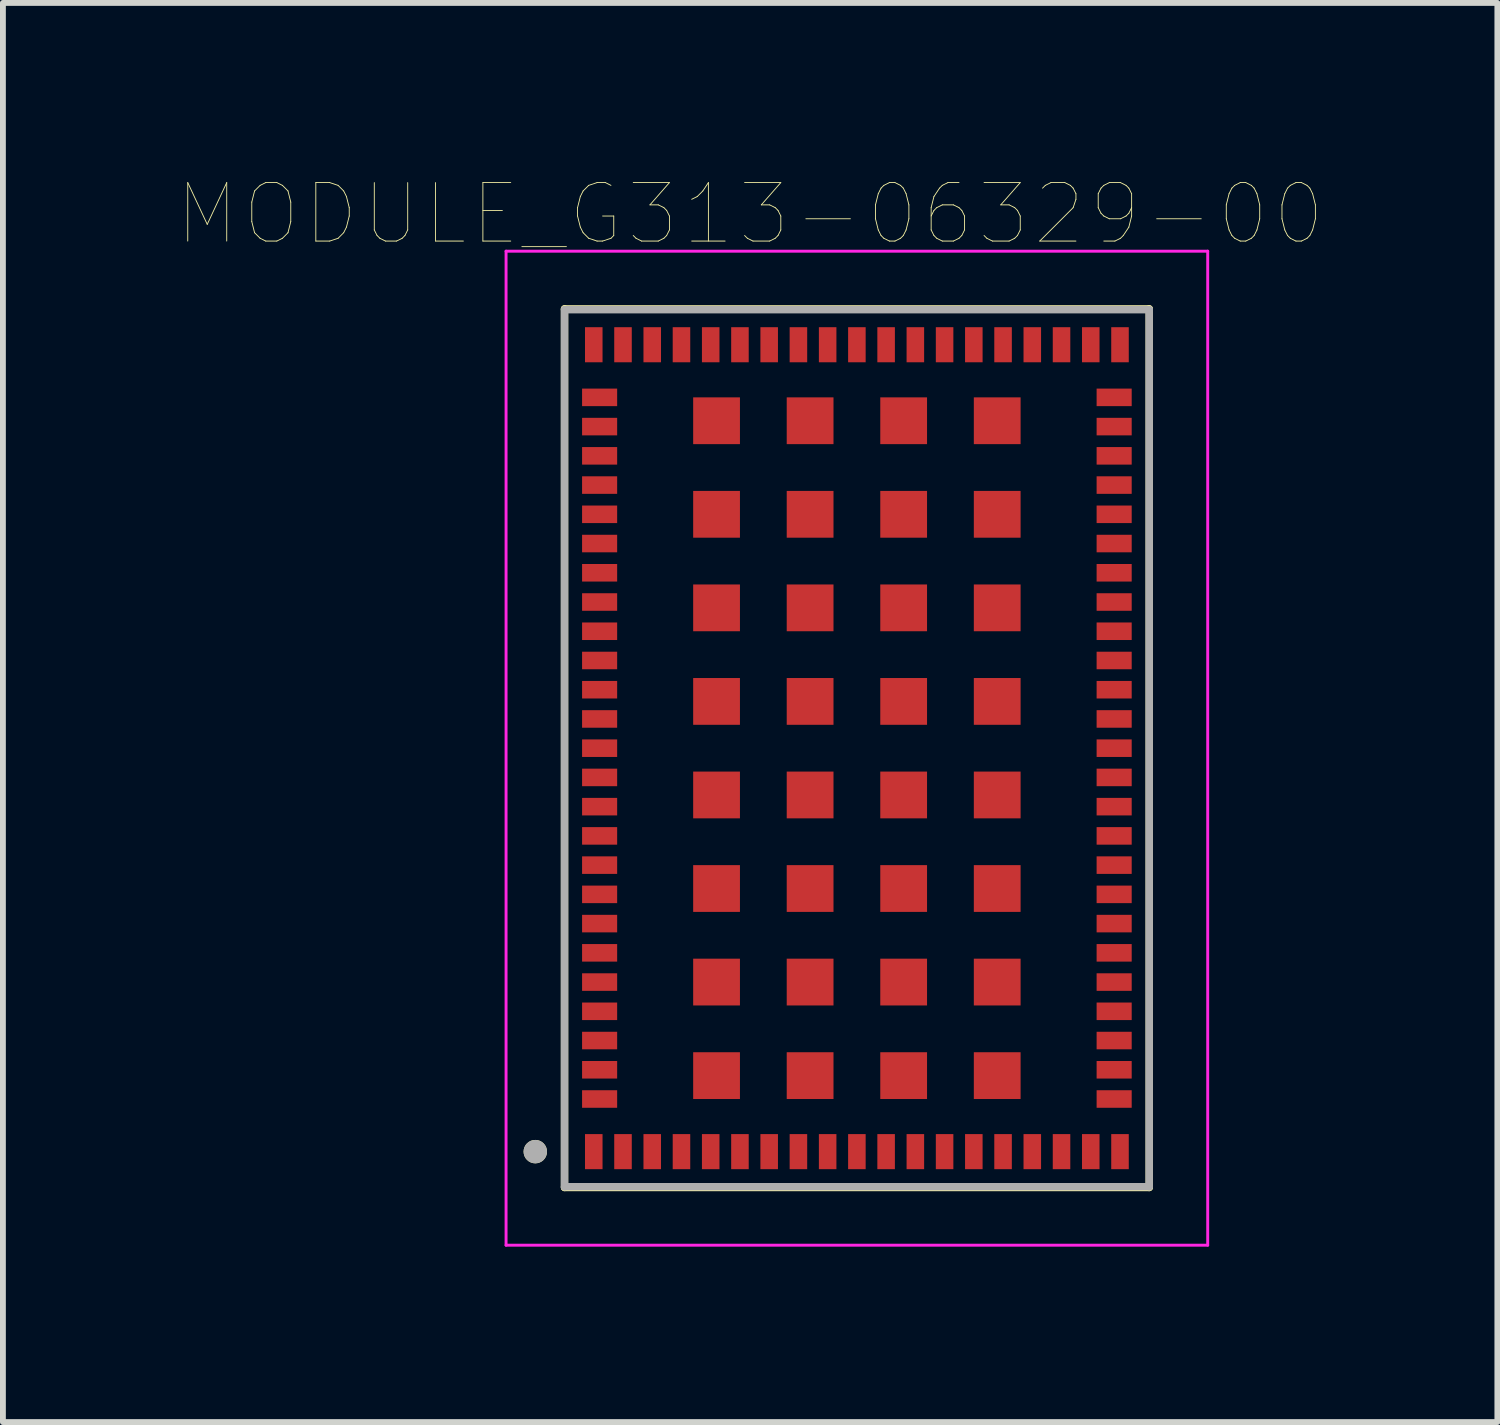
<source format=kicad_pcb>
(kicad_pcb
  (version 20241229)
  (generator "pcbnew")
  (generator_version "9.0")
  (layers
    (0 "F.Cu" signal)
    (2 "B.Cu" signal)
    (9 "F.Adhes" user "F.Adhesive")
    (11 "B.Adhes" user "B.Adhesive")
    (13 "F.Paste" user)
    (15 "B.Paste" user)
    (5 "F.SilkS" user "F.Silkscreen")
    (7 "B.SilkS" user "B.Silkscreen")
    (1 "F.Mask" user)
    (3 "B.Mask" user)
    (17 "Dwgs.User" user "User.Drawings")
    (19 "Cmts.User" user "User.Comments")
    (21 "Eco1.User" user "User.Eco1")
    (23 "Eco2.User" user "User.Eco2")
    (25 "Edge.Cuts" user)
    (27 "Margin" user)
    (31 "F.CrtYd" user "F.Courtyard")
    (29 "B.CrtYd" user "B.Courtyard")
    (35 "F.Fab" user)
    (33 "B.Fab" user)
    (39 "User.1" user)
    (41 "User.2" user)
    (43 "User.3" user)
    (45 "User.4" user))
  (footprint "MODULE_G313-06329-00"
    (layer "F.Cu")
    (at 11.605 9.746)
    (property "Reference" "MODULE_G313-06329-00" (at -1.825 -9.135 0) (layer "F.SilkS") (effects (font (size 1 1) (thickness 0.015))))
    (attr through_hole)
    (fp_line (start -5 -7.513) (end 5 -7.513) (stroke (width 0.127) (type solid)) (layer "F.SilkS"))
    (fp_line (start -5 7.513) (end -5 -7.513) (stroke (width 0.127) (type solid)) (layer "F.SilkS"))
    (fp_line (start 5 -7.513) (end 5 7.513) (stroke (width 0.127) (type solid)) (layer "F.SilkS"))
    (fp_line (start 5 7.513) (end -5 7.513) (stroke (width 0.127) (type solid)) (layer "F.SilkS"))
    (fp_circle (center -5.5 6.9) (end -5.4 6.9) (stroke (width 0.2) (type solid)) (fill no) (layer "F.SilkS"))
    (fp_line (start -6 -8.5) (end 6 -8.5) (stroke (width 0.05) (type solid)) (layer "F.CrtYd"))
    (fp_line (start -6 8.5) (end -6 -8.5) (stroke (width 0.05) (type solid)) (layer "F.CrtYd"))
    (fp_line (start 6 -8.5) (end 6 8.5) (stroke (width 0.05) (type solid)) (layer "F.CrtYd"))
    (fp_line (start 6 8.5) (end -6 8.5) (stroke (width 0.05) (type solid)) (layer "F.CrtYd"))
    (fp_line (start -5 -7.5) (end 5 -7.5) (stroke (width 0.127) (type solid)) (layer "F.Fab"))
    (fp_line (start -5 7.5) (end -5 -7.5) (stroke (width 0.127) (type solid)) (layer "F.Fab"))
    (fp_line (start 5 -7.5) (end 5 7.5) (stroke (width 0.127) (type solid)) (layer "F.Fab"))
    (fp_line (start 5 7.5) (end -5 7.5) (stroke (width 0.127) (type solid)) (layer "F.Fab"))
    (fp_circle (center -5.5 6.9) (end -5.4 6.9) (stroke (width 0.2) (type solid)) (fill no) (layer "F.Fab"))
    (pad "1" smd rect (at -4.5 6.9) (size 0.3 0.6) (layers "F.Cu" "F.Mask" "F.Paste"))
    (pad "2" smd rect (at -4 6.9) (size 0.3 0.6) (layers "F.Cu" "F.Mask" "F.Paste"))
    (pad "3" smd rect (at -3.5 6.9) (size 0.3 0.6) (layers "F.Cu" "F.Mask" "F.Paste"))
    (pad "4" smd rect (at -3 6.9) (size 0.3 0.6) (layers "F.Cu" "F.Mask" "F.Paste"))
    (pad "5" smd rect (at -2.5 6.9) (size 0.3 0.6) (layers "F.Cu" "F.Mask" "F.Paste"))
    (pad "6" smd rect (at -2 6.9) (size 0.3 0.6) (layers "F.Cu" "F.Mask" "F.Paste"))
    (pad "7" smd rect (at -1.5 6.9) (size 0.3 0.6) (layers "F.Cu" "F.Mask" "F.Paste"))
    (pad "8" smd rect (at -1 6.9) (size 0.3 0.6) (layers "F.Cu" "F.Mask" "F.Paste"))
    (pad "9" smd rect (at -0.5 6.9) (size 0.3 0.6) (layers "F.Cu" "F.Mask" "F.Paste"))
    (pad "10" smd rect (at 0 6.9) (size 0.3 0.6) (layers "F.Cu" "F.Mask" "F.Paste"))
    (pad "11" smd rect (at 0.5 6.9) (size 0.3 0.6) (layers "F.Cu" "F.Mask" "F.Paste"))
    (pad "12" smd rect (at 1 6.9) (size 0.3 0.6) (layers "F.Cu" "F.Mask" "F.Paste"))
    (pad "13" smd rect (at 1.5 6.9) (size 0.3 0.6) (layers "F.Cu" "F.Mask" "F.Paste"))
    (pad "14" smd rect (at 2 6.9) (size 0.3 0.6) (layers "F.Cu" "F.Mask" "F.Paste"))
    (pad "15" smd rect (at 2.5 6.9) (size 0.3 0.6) (layers "F.Cu" "F.Mask" "F.Paste"))
    (pad "16" smd rect (at 3 6.9) (size 0.3 0.6) (layers "F.Cu" "F.Mask" "F.Paste"))
    (pad "17" smd rect (at 3.5 6.9) (size 0.3 0.6) (layers "F.Cu" "F.Mask" "F.Paste"))
    (pad "18" smd rect (at 4 6.9) (size 0.3 0.6) (layers "F.Cu" "F.Mask" "F.Paste"))
    (pad "19" smd rect (at 4.5 6.9) (size 0.3 0.6) (layers "F.Cu" "F.Mask" "F.Paste"))
    (pad "20" smd rect (at 4.4 6) (size 0.6 0.3) (layers "F.Cu" "F.Mask" "F.Paste"))
    (pad "21" smd rect (at 4.4 5.5) (size 0.6 0.3) (layers "F.Cu" "F.Mask" "F.Paste"))
    (pad "22" smd rect (at 4.4 5) (size 0.6 0.3) (layers "F.Cu" "F.Mask" "F.Paste"))
    (pad "23" smd rect (at 4.4 4.5) (size 0.6 0.3) (layers "F.Cu" "F.Mask" "F.Paste"))
    (pad "24" smd rect (at 4.4 4) (size 0.6 0.3) (layers "F.Cu" "F.Mask" "F.Paste"))
    (pad "25" smd rect (at 4.4 3.5) (size 0.6 0.3) (layers "F.Cu" "F.Mask" "F.Paste"))
    (pad "26" smd rect (at 4.4 3) (size 0.6 0.3) (layers "F.Cu" "F.Mask" "F.Paste"))
    (pad "27" smd rect (at 4.4 2.5) (size 0.6 0.3) (layers "F.Cu" "F.Mask" "F.Paste"))
    (pad "28" smd rect (at 4.4 2) (size 0.6 0.3) (layers "F.Cu" "F.Mask" "F.Paste"))
    (pad "29" smd rect (at 4.4 1.5) (size 0.6 0.3) (layers "F.Cu" "F.Mask" "F.Paste"))
    (pad "30" smd rect (at 4.4 1) (size 0.6 0.3) (layers "F.Cu" "F.Mask" "F.Paste"))
    (pad "31" smd rect (at 4.4 0.5) (size 0.6 0.3) (layers "F.Cu" "F.Mask" "F.Paste"))
    (pad "32" smd rect (at 4.4 0) (size 0.6 0.3) (layers "F.Cu" "F.Mask" "F.Paste"))
    (pad "33" smd rect (at 4.4 -0.5) (size 0.6 0.3) (layers "F.Cu" "F.Mask" "F.Paste"))
    (pad "34" smd rect (at 4.4 -1) (size 0.6 0.3) (layers "F.Cu" "F.Mask" "F.Paste"))
    (pad "35" smd rect (at 4.4 -1.5) (size 0.6 0.3) (layers "F.Cu" "F.Mask" "F.Paste"))
    (pad "36" smd rect (at 4.4 -2) (size 0.6 0.3) (layers "F.Cu" "F.Mask" "F.Paste"))
    (pad "37" smd rect (at 4.4 -2.5) (size 0.6 0.3) (layers "F.Cu" "F.Mask" "F.Paste"))
    (pad "38" smd rect (at 4.4 -3) (size 0.6 0.3) (layers "F.Cu" "F.Mask" "F.Paste"))
    (pad "39" smd rect (at 4.4 -3.5) (size 0.6 0.3) (layers "F.Cu" "F.Mask" "F.Paste"))
    (pad "40" smd rect (at 4.4 -4) (size 0.6 0.3) (layers "F.Cu" "F.Mask" "F.Paste"))
    (pad "41" smd rect (at 4.4 -4.5) (size 0.6 0.3) (layers "F.Cu" "F.Mask" "F.Paste"))
    (pad "42" smd rect (at 4.4 -5) (size 0.6 0.3) (layers "F.Cu" "F.Mask" "F.Paste"))
    (pad "43" smd rect (at 4.4 -5.5) (size 0.6 0.3) (layers "F.Cu" "F.Mask" "F.Paste"))
    (pad "44" smd rect (at 4.4 -6) (size 0.6 0.3) (layers "F.Cu" "F.Mask" "F.Paste"))
    (pad "45" smd rect (at 4.5 -6.9) (size 0.3 0.6) (layers "F.Cu" "F.Mask" "F.Paste"))
    (pad "46" smd rect (at 4 -6.9) (size 0.3 0.6) (layers "F.Cu" "F.Mask" "F.Paste"))
    (pad "47" smd rect (at 3.5 -6.9) (size 0.3 0.6) (layers "F.Cu" "F.Mask" "F.Paste"))
    (pad "48" smd rect (at 3 -6.9) (size 0.3 0.6) (layers "F.Cu" "F.Mask" "F.Paste"))
    (pad "49" smd rect (at 2.5 -6.9) (size 0.3 0.6) (layers "F.Cu" "F.Mask" "F.Paste"))
    (pad "50" smd rect (at 2 -6.9) (size 0.3 0.6) (layers "F.Cu" "F.Mask" "F.Paste"))
    (pad "51" smd rect (at 1.5 -6.9) (size 0.3 0.6) (layers "F.Cu" "F.Mask" "F.Paste"))
    (pad "52" smd rect (at 1 -6.9) (size 0.3 0.6) (layers "F.Cu" "F.Mask" "F.Paste"))
    (pad "53" smd rect (at 0.5 -6.9) (size 0.3 0.6) (layers "F.Cu" "F.Mask" "F.Paste"))
    (pad "54" smd rect (at 0 -6.9) (size 0.3 0.6) (layers "F.Cu" "F.Mask" "F.Paste"))
    (pad "55" smd rect (at -0.5 -6.9) (size 0.3 0.6) (layers "F.Cu" "F.Mask" "F.Paste"))
    (pad "56" smd rect (at -1 -6.9) (size 0.3 0.6) (layers "F.Cu" "F.Mask" "F.Paste"))
    (pad "57" smd rect (at -1.5 -6.9) (size 0.3 0.6) (layers "F.Cu" "F.Mask" "F.Paste"))
    (pad "58" smd rect (at -2 -6.9) (size 0.3 0.6) (layers "F.Cu" "F.Mask" "F.Paste"))
    (pad "59" smd rect (at -2.5 -6.9) (size 0.3 0.6) (layers "F.Cu" "F.Mask" "F.Paste"))
    (pad "60" smd rect (at -3 -6.9) (size 0.3 0.6) (layers "F.Cu" "F.Mask" "F.Paste"))
    (pad "61" smd rect (at -3.5 -6.9) (size 0.3 0.6) (layers "F.Cu" "F.Mask" "F.Paste"))
    (pad "62" smd rect (at -4 -6.9) (size 0.3 0.6) (layers "F.Cu" "F.Mask" "F.Paste"))
    (pad "63" smd rect (at -4.5 -6.9) (size 0.3 0.6) (layers "F.Cu" "F.Mask" "F.Paste"))
    (pad "64" smd rect (at -4.4 -6) (size 0.6 0.3) (layers "F.Cu" "F.Mask" "F.Paste"))
    (pad "65" smd rect (at -4.4 -5.5) (size 0.6 0.3) (layers "F.Cu" "F.Mask" "F.Paste"))
    (pad "66" smd rect (at -4.4 -5) (size 0.6 0.3) (layers "F.Cu" "F.Mask" "F.Paste"))
    (pad "67" smd rect (at -4.4 -4.5) (size 0.6 0.3) (layers "F.Cu" "F.Mask" "F.Paste"))
    (pad "68" smd rect (at -4.4 -4) (size 0.6 0.3) (layers "F.Cu" "F.Mask" "F.Paste"))
    (pad "69" smd rect (at -4.4 -3.5) (size 0.6 0.3) (layers "F.Cu" "F.Mask" "F.Paste"))
    (pad "70" smd rect (at -4.4 -3) (size 0.6 0.3) (layers "F.Cu" "F.Mask" "F.Paste"))
    (pad "71" smd rect (at -4.4 -2.5) (size 0.6 0.3) (layers "F.Cu" "F.Mask" "F.Paste"))
    (pad "72" smd rect (at -4.4 -2) (size 0.6 0.3) (layers "F.Cu" "F.Mask" "F.Paste"))
    (pad "73" smd rect (at -4.4 -1.5) (size 0.6 0.3) (layers "F.Cu" "F.Mask" "F.Paste"))
    (pad "74" smd rect (at -4.4 -1) (size 0.6 0.3) (layers "F.Cu" "F.Mask" "F.Paste"))
    (pad "75" smd rect (at -4.4 -0.5) (size 0.6 0.3) (layers "F.Cu" "F.Mask" "F.Paste"))
    (pad "76" smd rect (at -4.4 0) (size 0.6 0.3) (layers "F.Cu" "F.Mask" "F.Paste"))
    (pad "77" smd rect (at -4.4 0.5) (size 0.6 0.3) (layers "F.Cu" "F.Mask" "F.Paste"))
    (pad "78" smd rect (at -4.4 1) (size 0.6 0.3) (layers "F.Cu" "F.Mask" "F.Paste"))
    (pad "79" smd rect (at -4.4 1.5) (size 0.6 0.3) (layers "F.Cu" "F.Mask" "F.Paste"))
    (pad "80" smd rect (at -4.4 2) (size 0.6 0.3) (layers "F.Cu" "F.Mask" "F.Paste"))
    (pad "81" smd rect (at -4.4 2.5) (size 0.6 0.3) (layers "F.Cu" "F.Mask" "F.Paste"))
    (pad "82" smd rect (at -4.4 3) (size 0.6 0.3) (layers "F.Cu" "F.Mask" "F.Paste"))
    (pad "83" smd rect (at -4.4 3.5) (size 0.6 0.3) (layers "F.Cu" "F.Mask" "F.Paste"))
    (pad "84" smd rect (at -4.4 4) (size 0.6 0.3) (layers "F.Cu" "F.Mask" "F.Paste"))
    (pad "85" smd rect (at -4.4 4.5) (size 0.6 0.3) (layers "F.Cu" "F.Mask" "F.Paste"))
    (pad "86" smd rect (at -4.4 5) (size 0.6 0.3) (layers "F.Cu" "F.Mask" "F.Paste"))
    (pad "87" smd rect (at -4.4 5.5) (size 0.6 0.3) (layers "F.Cu" "F.Mask" "F.Paste"))
    (pad "88" smd rect (at -4.4 6) (size 0.6 0.3) (layers "F.Cu" "F.Mask" "F.Paste"))
    (pad "89" smd rect (at -2.4 -5.6) (size 0.8 0.8) (layers "F.Cu" "F.Mask" "F.Paste"))
    (pad "90" smd rect (at -2.4 -4) (size 0.8 0.8) (layers "F.Cu" "F.Mask" "F.Paste"))
    (pad "91" smd rect (at -2.4 -2.4) (size 0.8 0.8) (layers "F.Cu" "F.Mask" "F.Paste"))
    (pad "92" smd rect (at -2.4 -0.8) (size 0.8 0.8) (layers "F.Cu" "F.Mask" "F.Paste"))
    (pad "93" smd rect (at -2.4 0.8) (size 0.8 0.8) (layers "F.Cu" "F.Mask" "F.Paste"))
    (pad "94" smd rect (at -2.4 2.4) (size 0.8 0.8) (layers "F.Cu" "F.Mask" "F.Paste"))
    (pad "95" smd rect (at -2.4 4) (size 0.8 0.8) (layers "F.Cu" "F.Mask" "F.Paste"))
    (pad "96" smd rect (at -2.4 5.6) (size 0.8 0.8) (layers "F.Cu" "F.Mask" "F.Paste"))
    (pad "97" smd rect (at -0.8 -5.6) (size 0.8 0.8) (layers "F.Cu" "F.Mask" "F.Paste"))
    (pad "98" smd rect (at -0.8 -4) (size 0.8 0.8) (layers "F.Cu" "F.Mask" "F.Paste"))
    (pad "99" smd rect (at -0.8 -2.4) (size 0.8 0.8) (layers "F.Cu" "F.Mask" "F.Paste"))
    (pad "100" smd rect (at -0.8 -0.8) (size 0.8 0.8) (layers "F.Cu" "F.Mask" "F.Paste"))
    (pad "101" smd rect (at -0.8 0.8) (size 0.8 0.8) (layers "F.Cu" "F.Mask" "F.Paste"))
    (pad "102" smd rect (at -0.8 2.4) (size 0.8 0.8) (layers "F.Cu" "F.Mask" "F.Paste"))
    (pad "103" smd rect (at -0.8 4) (size 0.8 0.8) (layers "F.Cu" "F.Mask" "F.Paste"))
    (pad "104" smd rect (at -0.8 5.6) (size 0.8 0.8) (layers "F.Cu" "F.Mask" "F.Paste"))
    (pad "105" smd rect (at 0.8 -5.6) (size 0.8 0.8) (layers "F.Cu" "F.Mask" "F.Paste"))
    (pad "106" smd rect (at 0.8 -4) (size 0.8 0.8) (layers "F.Cu" "F.Mask" "F.Paste"))
    (pad "107" smd rect (at 0.8 -2.4) (size 0.8 0.8) (layers "F.Cu" "F.Mask" "F.Paste"))
    (pad "108" smd rect (at 0.8 -0.8) (size 0.8 0.8) (layers "F.Cu" "F.Mask" "F.Paste"))
    (pad "109" smd rect (at 0.8 0.8) (size 0.8 0.8) (layers "F.Cu" "F.Mask" "F.Paste"))
    (pad "110" smd rect (at 0.8 2.4) (size 0.8 0.8) (layers "F.Cu" "F.Mask" "F.Paste"))
    (pad "111" smd rect (at 0.8 4) (size 0.8 0.8) (layers "F.Cu" "F.Mask" "F.Paste"))
    (pad "112" smd rect (at 0.8 5.6) (size 0.8 0.8) (layers "F.Cu" "F.Mask" "F.Paste"))
    (pad "113" smd rect (at 2.4 -5.6) (size 0.8 0.8) (layers "F.Cu" "F.Mask" "F.Paste"))
    (pad "114" smd rect (at 2.4 -4) (size 0.8 0.8) (layers "F.Cu" "F.Mask" "F.Paste"))
    (pad "115" smd rect (at 2.4 -2.4) (size 0.8 0.8) (layers "F.Cu" "F.Mask" "F.Paste"))
    (pad "116" smd rect (at 2.4 -0.8) (size 0.8 0.8) (layers "F.Cu" "F.Mask" "F.Paste"))
    (pad "117" smd rect (at 2.4 0.8) (size 0.8 0.8) (layers "F.Cu" "F.Mask" "F.Paste"))
    (pad "118" smd rect (at 2.4 2.4) (size 0.8 0.8) (layers "F.Cu" "F.Mask" "F.Paste"))
    (pad "119" smd rect (at 2.4 4) (size 0.8 0.8) (layers "F.Cu" "F.Mask" "F.Paste"))
    (pad "120" smd rect (at 2.4 5.6) (size 0.8 0.8) (layers "F.Cu" "F.Mask" "F.Paste")))
  (gr_rect
    (start -3 -3)
    (end 22.559 21.271)
    (stroke (width 0.1) (type default))
    (fill no)
    (layer "Edge.Cuts")))
</source>
